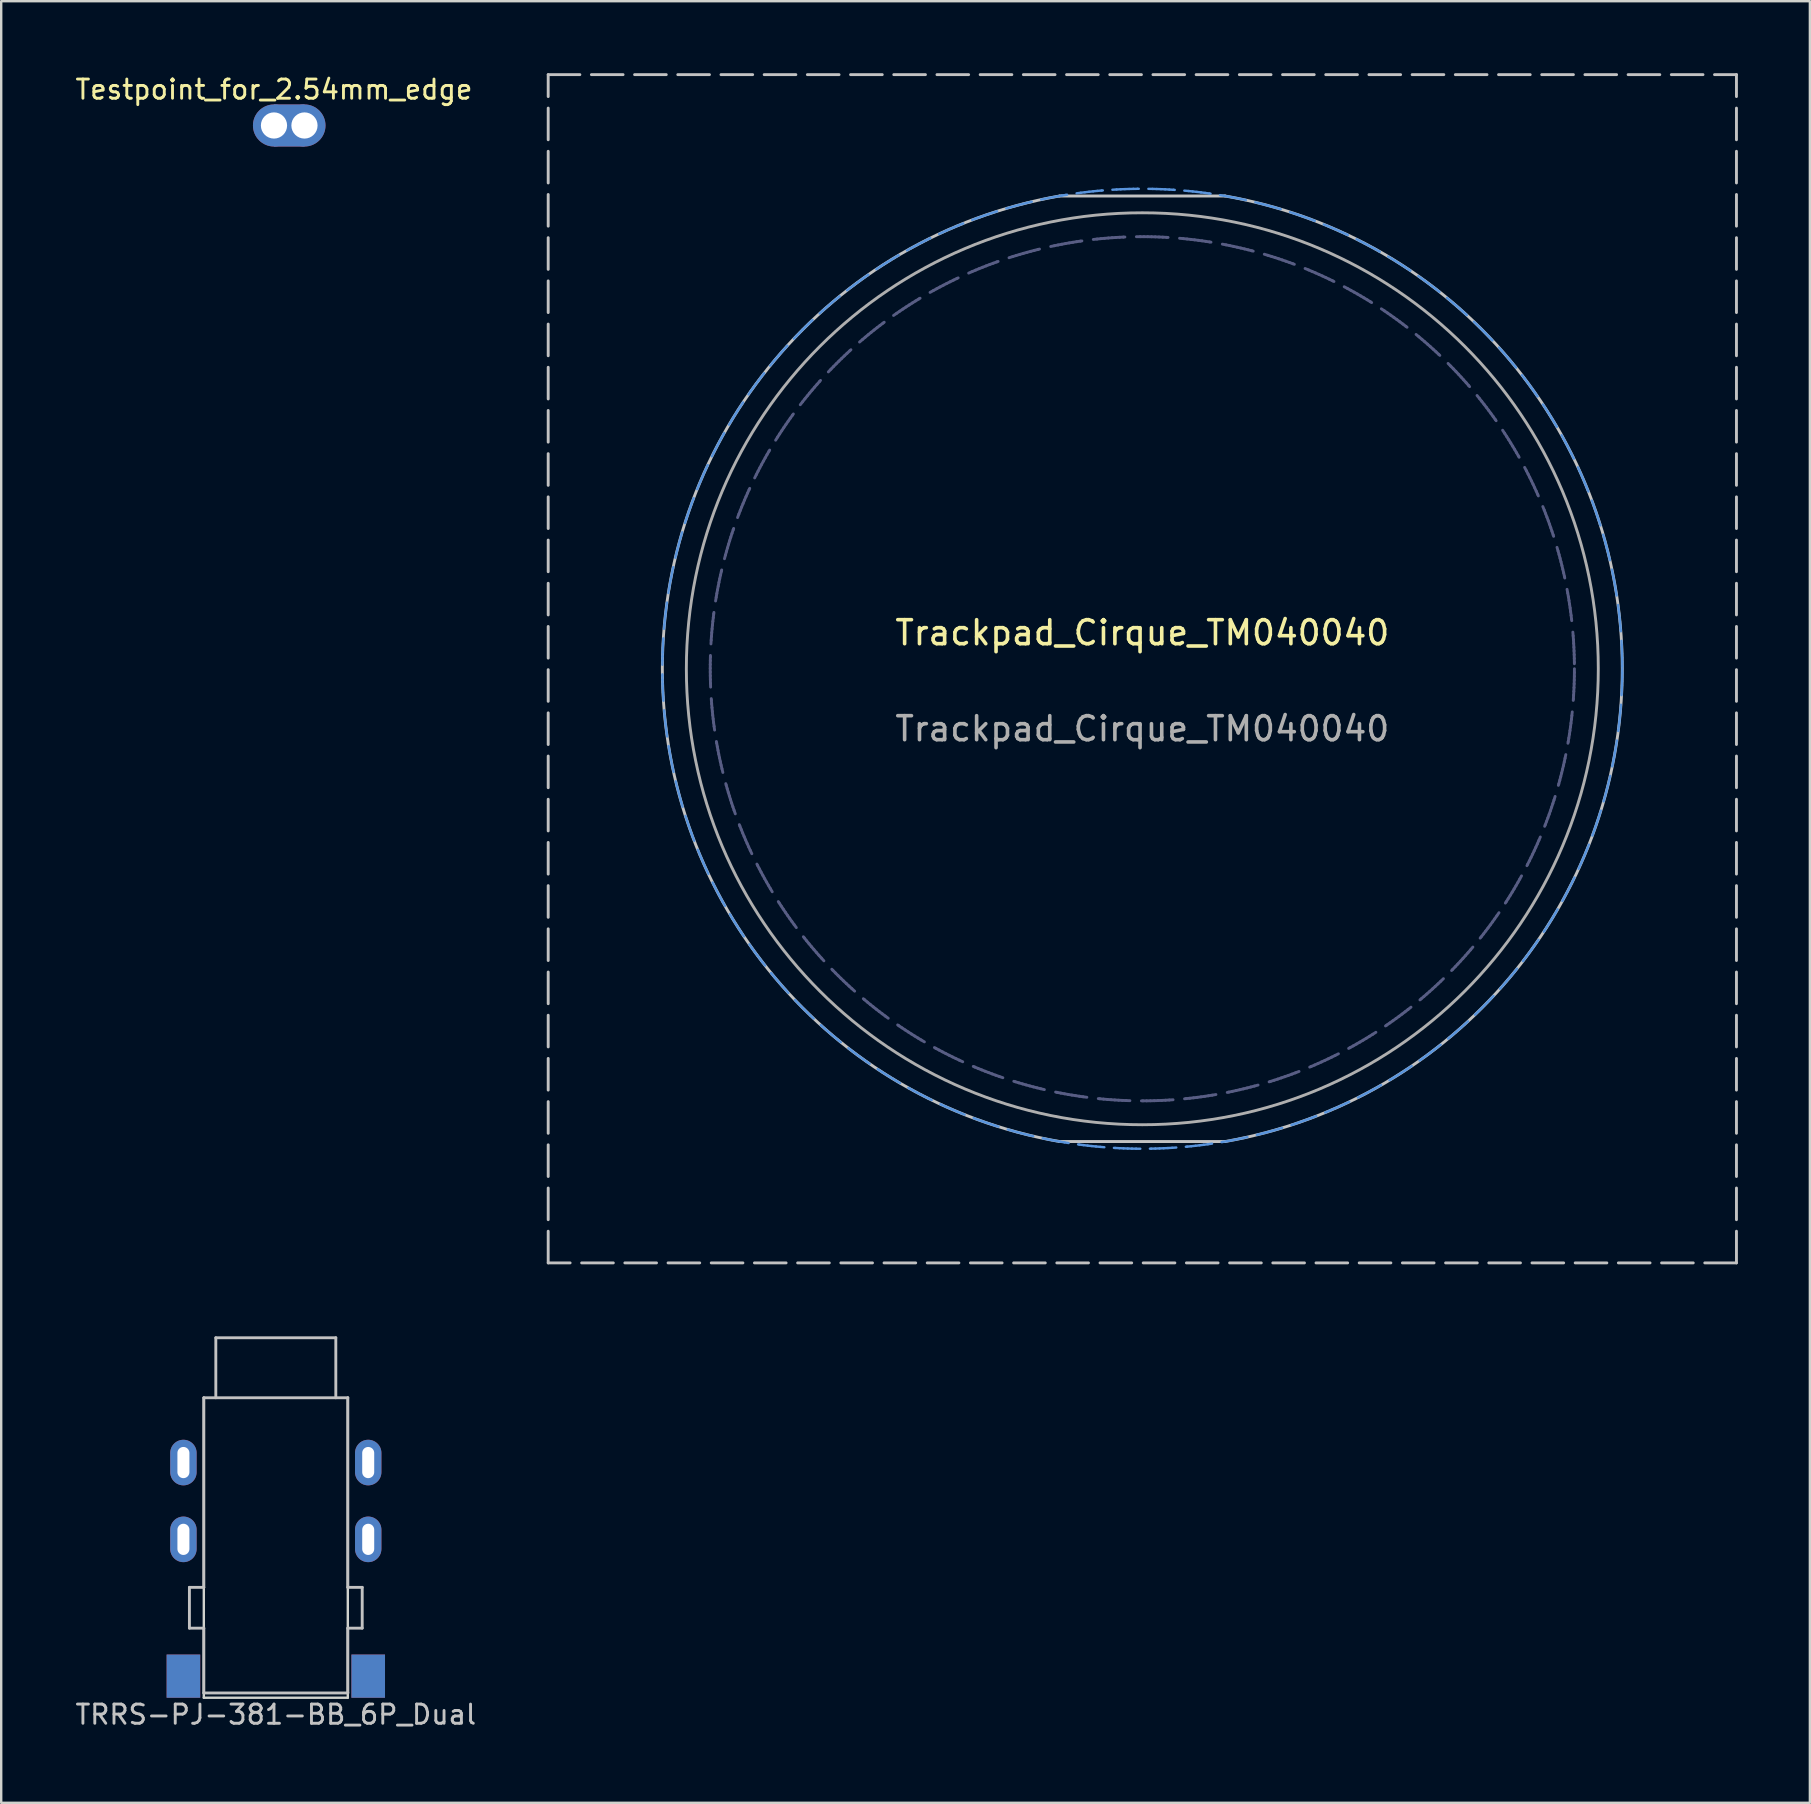
<source format=kicad_pcb>
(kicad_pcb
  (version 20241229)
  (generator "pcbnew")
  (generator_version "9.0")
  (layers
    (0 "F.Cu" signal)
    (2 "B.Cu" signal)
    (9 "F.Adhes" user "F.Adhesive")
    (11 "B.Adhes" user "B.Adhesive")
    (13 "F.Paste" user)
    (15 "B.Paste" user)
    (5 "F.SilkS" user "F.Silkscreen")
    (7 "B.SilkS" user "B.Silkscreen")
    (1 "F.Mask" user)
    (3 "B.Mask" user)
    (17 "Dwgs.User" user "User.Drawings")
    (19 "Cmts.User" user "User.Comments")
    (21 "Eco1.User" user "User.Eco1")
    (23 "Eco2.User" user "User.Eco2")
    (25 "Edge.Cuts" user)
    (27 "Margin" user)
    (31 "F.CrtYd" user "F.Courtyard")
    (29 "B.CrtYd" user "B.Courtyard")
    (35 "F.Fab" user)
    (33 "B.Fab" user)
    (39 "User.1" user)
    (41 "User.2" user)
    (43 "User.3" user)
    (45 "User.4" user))
  (footprint "Trackpad_Cirque_TM040040"
    (layer "F.Cu")
    (at 44.55 24.817)
    (property "Reference" "Trackpad_Cirque_TM040040" (at 0 -1.5 0) (unlocked yes) (layer "F.SilkS") (effects (font (size 1 1) (thickness 0.15))))
    (attr smd)
    (fp_line (start -24.757 -24.757) (end 24.757 -24.757) (stroke (width 0.12) (type dash)) (layer "Dwgs.User"))
    (fp_line (start -24.757 24.757) (end -24.757 -24.757) (stroke (width 0.12) (type dash)) (layer "Dwgs.User"))
    (fp_line (start -3.45 -19.7) (end 3.45 -19.7) (stroke (width 0.12) (type default)) (layer "Dwgs.User"))
    (fp_line (start -3.45 19.7) (end 3.45 19.7) (stroke (width 0.12) (type default)) (layer "Dwgs.User"))
    (fp_line (start 24.757 24.757) (end -24.757 24.757) (stroke (width 0.12) (type dash)) (layer "Dwgs.User"))
    (fp_line (start 24.757 24.757) (end 24.757 -24.757) (stroke (width 0.12) (type dash)) (layer "Dwgs.User"))
    (fp_arc (start -3.45 19.7) (mid -19.999812 0) (end -3.45 -19.7) (stroke (width 0.12) (type default)) (layer "Dwgs.User"))
    (fp_arc (start 3.45 -19.7) (mid 19.999812 0) (end 3.45 19.7) (stroke (width 0.12) (type default)) (layer "Dwgs.User"))
    (fp_circle (center 0 0) (end 20 0) (stroke (width 0.1) (type dash)) (fill no) (layer "Cmts.User"))
    (fp_circle (center 0 0) (end 23.065 0) (stroke (width 0.12) (type default)) (fill no) (layer "Eco1.User"))
    (fp_line (start -14.137 14.147) (end -14.137 14.147) (stroke (width 1) (type default)) (layer "Eco2.User"))
    (fp_line (start 11.468 -16.386) (end 11.468 -16.386) (stroke (width 1) (type default)) (layer "Eco2.User"))
    (fp_line (start 17.323 -9.996) (end 17.323 -9.996) (stroke (width 1) (type default)) (layer "Eco2.User"))
    (fp_circle (center 0 0) (end 18.005 0) (stroke (width 0.12) (type dash)) (fill no) (layer "B.Fab"))
    (fp_circle (center 0 0) (end 19 0) (stroke (width 0.12) (type solid)) (fill no) (layer "F.Fab"))
    (fp_text user "${REFERENCE}" (at 0 2.5 0) (unlocked yes) (layer "F.Fab") (effects (font (size 1 1) (thickness 0.15)))))
  (footprint "Testpoint_for_2.54mm_edge"
    (layer "F.Cu")
    (at 8.367 2.179)
    (property "Reference" "Testpoint_for_2.54mm_edge" (at 0 -1.5 0) (layer "F.SilkS") (effects (font (size 0.8 0.8) (thickness 0.12))))
    (attr through_hole)
    (fp_line (start 1.27 0) (end 1.27 0) (stroke (width 0.12) (type default)) (layer "Dwgs.User"))
    (pad "1" thru_hole circle (at 0 0) (size 1.753 1.753) (drill 1.092) (layers "*.Cu" "*.Mask"))
    (pad "1" smd rect (at 0.635 0) (size 1.27 1.753) (layers "F.Cu" "F.Mask"))
    (pad "1" smd trapezoid (at 0.635 0) (size 1.27 1.753) (layers "B.Cu" "B.Mask"))
    (pad "1" thru_hole circle (at 1.27 0) (size 1.753 1.753) (drill 1.092) (layers "*.Cu" "*.Mask")))
  (footprint "TRRS-PJ-381-BB_6P_Dual"
    (layer "F.Cu")
    (at 8.443 55.194)
    (property "Reference" "TRRS-PJ-381-BB_6P_Dual" (at 0 13.2 180) (layer "Dwgs.User") (effects (font (size 0.8 0.8) (thickness 0.12))))
    (attr through_hole)
    (fp_line (start -3.6 7.9) (end -3.6 9.6) (stroke (width 0.12) (type default)) (layer "Dwgs.User"))
    (fp_line (start -3 0) (end -3 7.9) (stroke (width 0.12) (type default)) (layer "Dwgs.User"))
    (fp_line (start -3 0) (end 3 0) (stroke (width 0.12) (type default)) (layer "Dwgs.User"))
    (fp_line (start -3 7.9) (end -3.6 7.9) (stroke (width 0.12) (type default)) (layer "Dwgs.User"))
    (fp_line (start -3 9.6) (end -3.6 9.6) (stroke (width 0.12) (type default)) (layer "Dwgs.User"))
    (fp_line (start -3 9.6) (end -3 12.3) (stroke (width 0.12) (type default)) (layer "Dwgs.User"))
    (fp_line (start -3 12.3) (end 3 12.3) (stroke (width 0.12) (type default)) (layer "Dwgs.User"))
    (fp_line (start -2.5 -2.5) (end -2.5 0) (stroke (width 0.12) (type default)) (layer "Dwgs.User"))
    (fp_line (start -2.5 -2.5) (end 2.5 -2.5) (stroke (width 0.12) (type default)) (layer "Dwgs.User"))
    (fp_line (start 2.5 -2.5) (end 2.5 0) (stroke (width 0.12) (type default)) (layer "Dwgs.User"))
    (fp_line (start 3 0) (end 3 7.9) (stroke (width 0.12) (type default)) (layer "Dwgs.User"))
    (fp_line (start 3 7.9) (end 3.6 7.9) (stroke (width 0.12) (type default)) (layer "Dwgs.User"))
    (fp_line (start 3 9.6) (end 3 12.3) (stroke (width 0.12) (type default)) (layer "Dwgs.User"))
    (fp_line (start 3 9.6) (end 3.6 9.6) (stroke (width 0.12) (type default)) (layer "Dwgs.User"))
    (fp_line (start 3.6 7.9) (end 3.6 9.6) (stroke (width 0.12) (type default)) (layer "Dwgs.User"))
    (fp_line (start -3 0) (end -3 12.5) (stroke (width 0.1) (type default)) (layer "Edge.Cuts"))
    (fp_line (start -3 12.5) (end 3 12.5) (stroke (width 0.1) (type default)) (layer "Edge.Cuts"))
    (fp_line (start 3 0) (end 3 12.5) (stroke (width 0.1) (type default)) (layer "Edge.Cuts"))
    (pad "R" thru_hole oval (at -3.85 5.9) (size 1.1 1.9) (drill oval 0.5 1.3) (layers "*.Cu" "*.Mask"))
    (pad "R" thru_hole oval (at 3.85 5.9) (size 1.1 1.9) (drill oval 0.5 1.3) (layers "*.Cu" "*.Mask"))
    (pad "S" thru_hole oval (at -3.85 2.7) (size 1.1 1.9) (drill oval 0.5 1.3) (layers "*.Cu" "*.Mask"))
    (pad "S" thru_hole oval (at 3.85 2.7) (size 1.1 1.9) (drill oval 0.5 1.3) (layers "*.Cu" "*.Mask"))
    (pad "T" smd custom (at -3.85 11.6 90) (size 1.8 1.4) (layers "F.Cu" "F.Mask" "F.Paste") (options (anchor rect)) (primitives))
    (pad "T" smd custom (at -3.85 11.6 270) (size 1.8 1.4) (layers "B.Cu" "B.Mask" "B.Paste") (options (anchor rect)) (primitives))
    (pad "T" smd custom (at 3.85 11.6 90) (size 1.8 1.4) (layers "F.Cu" "F.Mask" "F.Paste") (options (anchor rect)) (primitives))
    (pad "T" smd custom (at 3.85 11.6 270) (size 1.8 1.4) (layers "B.Cu" "B.Mask" "B.Paste") (options (anchor rect)) (primitives)))
  (gr_rect
    (start -3 -3)
    (end 72.367 72.073)
    (stroke (width 0.1) (type default))
    (fill no)
    (layer "Edge.Cuts")))
</source>
